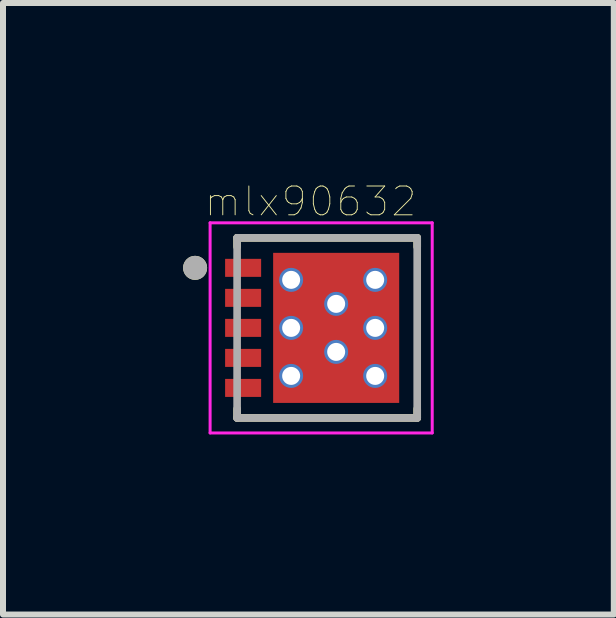
<source format=kicad_pcb>
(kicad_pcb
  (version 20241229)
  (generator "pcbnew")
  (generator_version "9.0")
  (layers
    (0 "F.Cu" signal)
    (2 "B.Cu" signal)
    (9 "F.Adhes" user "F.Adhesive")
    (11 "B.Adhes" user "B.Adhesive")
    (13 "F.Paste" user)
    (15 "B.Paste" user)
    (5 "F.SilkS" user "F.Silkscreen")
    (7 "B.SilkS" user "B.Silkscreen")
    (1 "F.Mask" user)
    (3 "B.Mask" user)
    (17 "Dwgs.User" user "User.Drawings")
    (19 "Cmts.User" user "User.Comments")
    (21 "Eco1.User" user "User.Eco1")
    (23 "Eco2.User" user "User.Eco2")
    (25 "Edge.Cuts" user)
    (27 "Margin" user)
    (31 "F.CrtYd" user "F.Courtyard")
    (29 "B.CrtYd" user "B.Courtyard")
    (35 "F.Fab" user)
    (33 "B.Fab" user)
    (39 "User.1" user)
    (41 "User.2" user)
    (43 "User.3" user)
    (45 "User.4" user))
  (footprint "mlx90632"
    (layer "F.Cu")
    (at 2.4 2.412)
    (property "Reference" "mlx90632" (at -0.276 -2.105 0) (layer "F.SilkS") (effects (font (size 0.48 0.48) (thickness 0.015))))
    (attr through_hole)
    (fp_line (start -1.5 -1.5) (end 1.5 -1.5) (stroke (width 0.127) (type solid)) (layer "F.SilkS"))
    (fp_line (start -1.5 -1.35) (end -1.5 -1.5) (stroke (width 0.127) (type solid)) (layer "F.SilkS"))
    (fp_line (start -1.5 1.5) (end -1.5 1.35) (stroke (width 0.127) (type solid)) (layer "F.SilkS"))
    (fp_line (start 1.5 -1.5) (end 1.5 -1.35) (stroke (width 0.127) (type solid)) (layer "F.SilkS"))
    (fp_line (start 1.5 1.35) (end 1.5 1.5) (stroke (width 0.127) (type solid)) (layer "F.SilkS"))
    (fp_line (start 1.5 1.5) (end -1.5 1.5) (stroke (width 0.127) (type solid)) (layer "F.SilkS"))
    (fp_circle (center -2.2 -1) (end -2.1 -1) (stroke (width 0.2) (type solid)) (fill no) (layer "F.SilkS"))
    (fp_poly (pts (xy -0.641 -0.664) (xy 0.941 -0.664) (xy 0.941 0.664) (xy -0.641 0.664)) (stroke (width 0.01) (type solid)) (fill yes) (layer "F.Paste"))
    (fp_line (start -1.95 -1.75) (end 1.75 -1.75) (stroke (width 0.05) (type solid)) (layer "F.CrtYd"))
    (fp_line (start -1.95 1.75) (end -1.95 -1.75) (stroke (width 0.05) (type solid)) (layer "F.CrtYd"))
    (fp_line (start 1.75 -1.75) (end 1.75 1.75) (stroke (width 0.05) (type solid)) (layer "F.CrtYd"))
    (fp_line (start 1.75 1.75) (end -1.95 1.75) (stroke (width 0.05) (type solid)) (layer "F.CrtYd"))
    (fp_line (start -1.5 -1.5) (end 1.5 -1.5) (stroke (width 0.127) (type solid)) (layer "F.Fab"))
    (fp_line (start -1.5 1.5) (end -1.5 -1.5) (stroke (width 0.127) (type solid)) (layer "F.Fab"))
    (fp_line (start 1.5 -1.5) (end 1.5 1.5) (stroke (width 0.127) (type solid)) (layer "F.Fab"))
    (fp_line (start 1.5 1.5) (end -1.5 1.5) (stroke (width 0.127) (type solid)) (layer "F.Fab"))
    (fp_circle (center -2.2 -1) (end -2.1 -1) (stroke (width 0.2) (type solid)) (fill no) (layer "F.Fab"))
    (pad "1" smd rect (at -1.4 -1) (size 0.6 0.3) (layers "F.Cu" "F.Mask" "F.Paste"))
    (pad "2" smd rect (at -1.4 -0.5) (size 0.6 0.3) (layers "F.Cu" "F.Mask" "F.Paste"))
    (pad "3" smd rect (at -1.4 0) (size 0.6 0.3) (layers "F.Cu" "F.Mask" "F.Paste"))
    (pad "4" smd rect (at -1.4 0.5) (size 0.6 0.3) (layers "F.Cu" "F.Mask" "F.Paste"))
    (pad "5" smd rect (at -1.4 1) (size 0.6 0.3) (layers "F.Cu" "F.Mask" "F.Paste"))
    (pad "6" smd rect (at 0.15 0) (size 2.1 2.5) (layers "F.Cu" "F.Mask"))
    (pad "6.1" thru_hole circle (at 0.8 -0.8) (size 0.4 0.4) (drill 0.3) (layers "*.Cu" "*.Mask"))
    (pad "6.2" thru_hole circle (at 0.8 0) (size 0.4 0.4) (drill 0.3) (layers "*.Cu" "*.Mask"))
    (pad "6.3" thru_hole circle (at 0.8 0.8) (size 0.4 0.4) (drill 0.3) (layers "*.Cu" "*.Mask"))
    (pad "6.4" thru_hole circle (at 0.15 -0.4) (size 0.4 0.4) (drill 0.3) (layers "*.Cu" "*.Mask"))
    (pad "6.5" thru_hole circle (at 0.15 0.4) (size 0.4 0.4) (drill 0.3) (layers "*.Cu" "*.Mask"))
    (pad "6.6" thru_hole circle (at -0.6 -0.8) (size 0.4 0.4) (drill 0.3) (layers "*.Cu" "*.Mask"))
    (pad "6.7" thru_hole circle (at -0.6 0) (size 0.4 0.4) (drill 0.3) (layers "*.Cu" "*.Mask"))
    (pad "6.8" thru_hole circle (at -0.6 0.8) (size 0.4 0.4) (drill 0.3) (layers "*.Cu" "*.Mask")))
  (gr_rect
    (start -3 -3)
    (end 7.175 7.187)
    (stroke (width 0.1) (type default))
    (fill no)
    (layer "Edge.Cuts")))
</source>
